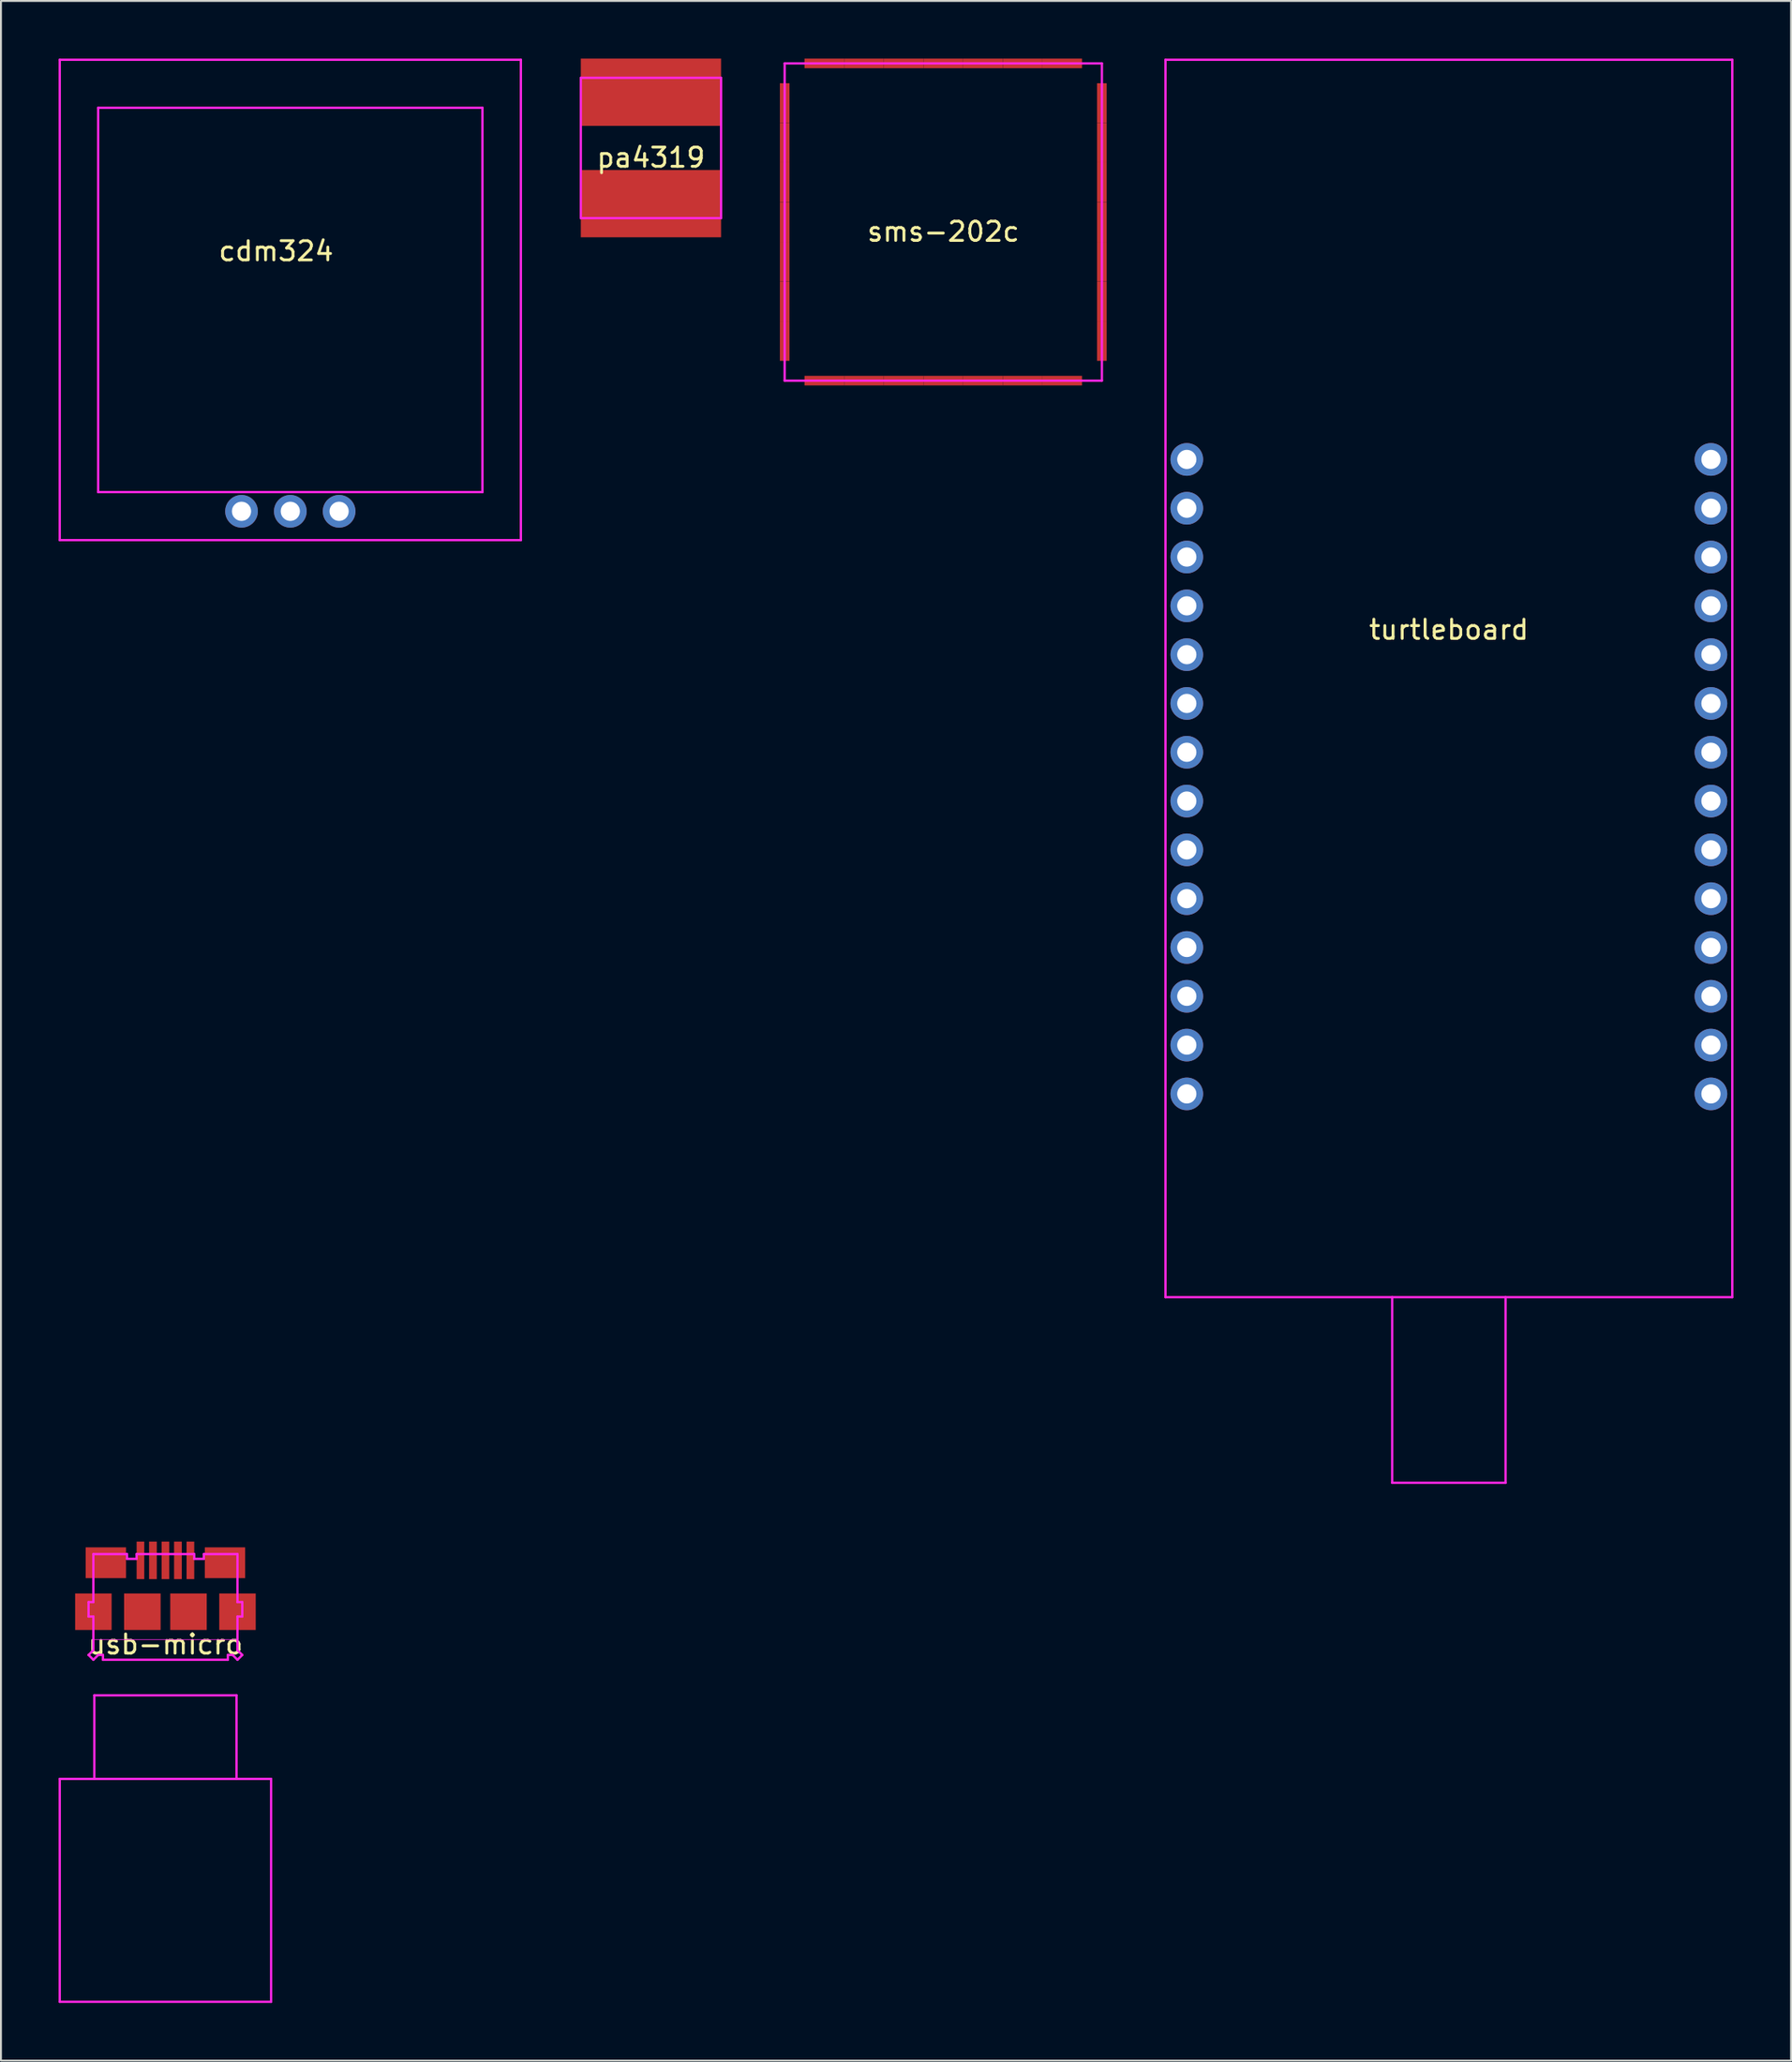
<source format=kicad_pcb>
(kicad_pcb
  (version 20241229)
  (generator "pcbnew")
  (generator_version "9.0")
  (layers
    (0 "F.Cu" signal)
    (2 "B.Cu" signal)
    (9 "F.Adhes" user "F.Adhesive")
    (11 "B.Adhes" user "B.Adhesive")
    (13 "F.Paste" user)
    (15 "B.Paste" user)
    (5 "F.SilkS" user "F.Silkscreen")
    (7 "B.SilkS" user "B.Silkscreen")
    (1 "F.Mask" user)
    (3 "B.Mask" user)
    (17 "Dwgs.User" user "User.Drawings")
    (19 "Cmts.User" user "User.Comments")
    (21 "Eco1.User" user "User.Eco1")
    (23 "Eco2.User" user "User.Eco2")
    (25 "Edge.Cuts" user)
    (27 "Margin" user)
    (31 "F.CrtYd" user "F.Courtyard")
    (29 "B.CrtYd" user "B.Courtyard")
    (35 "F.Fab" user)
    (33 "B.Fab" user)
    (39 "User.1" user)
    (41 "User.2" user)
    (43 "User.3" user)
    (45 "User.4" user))
  (footprint "usb-micro"
    (layer "F.Cu")
    (at 5.56 80.83)
    (property "Reference" "usb-micro" (at 0 1.7 0) (layer "F.SilkS") (effects (font (size 1 1) (thickness 0.15))))
    (attr through_hole)
    (fp_line (start -5.5 8.7) (end 5.5 8.7) (stroke (width 0.12) (type solid)) (layer "F.CrtYd"))
    (fp_line (start -5.5 20.3) (end -5.5 8.7) (stroke (width 0.12) (type solid)) (layer "F.CrtYd"))
    (fp_line (start -4 -0.5) (end -3.75 -0.5) (stroke (width 0.12) (type solid)) (layer "F.CrtYd"))
    (fp_line (start -4 0.25) (end -4 -0.5) (stroke (width 0.12) (type solid)) (layer "F.CrtYd"))
    (fp_line (start -4 2.25) (end -3.75 2) (stroke (width 0.12) (type solid)) (layer "F.CrtYd"))
    (fp_line (start -3.75 -3) (end -2 -3) (stroke (width 0.12) (type solid)) (layer "F.CrtYd"))
    (fp_line (start -3.75 -0.5) (end -3.75 -3) (stroke (width 0.12) (type solid)) (layer "F.CrtYd"))
    (fp_line (start -3.75 0.25) (end -4 0.25) (stroke (width 0.12) (type solid)) (layer "F.CrtYd"))
    (fp_line (start -3.75 1.45) (end 3.75 1.45) (stroke (width 0.03) (type solid)) (layer "F.CrtYd"))
    (fp_line (start -3.75 2) (end -3.75 0.25) (stroke (width 0.12) (type solid)) (layer "F.CrtYd"))
    (fp_line (start -3.75 2.5) (end -4 2.25) (stroke (width 0.12) (type solid)) (layer "F.CrtYd"))
    (fp_line (start -3.7 4.35) (end 3.7 4.35) (stroke (width 0.12) (type solid)) (layer "F.CrtYd"))
    (fp_line (start -3.7 8.7) (end -3.7 4.35) (stroke (width 0.12) (type solid)) (layer "F.CrtYd"))
    (fp_line (start -3.5 2.25) (end -3.75 2.5) (stroke (width 0.12) (type solid)) (layer "F.CrtYd"))
    (fp_line (start -3.25 2.25) (end -3.5 2.25) (stroke (width 0.12) (type solid)) (layer "F.CrtYd"))
    (fp_line (start -3.25 2.5) (end -3.25 2.25) (stroke (width 0.12) (type solid)) (layer "F.CrtYd"))
    (fp_line (start -2 -3) (end -2 -2.75) (stroke (width 0.12) (type solid)) (layer "F.CrtYd"))
    (fp_line (start -2 -2.75) (end -1.5 -2.75) (stroke (width 0.12) (type solid)) (layer "F.CrtYd"))
    (fp_line (start -1.5 -3) (end 1.5 -3) (stroke (width 0.12) (type solid)) (layer "F.CrtYd"))
    (fp_line (start -1.5 -2.75) (end -1.5 -3) (stroke (width 0.12) (type solid)) (layer "F.CrtYd"))
    (fp_line (start 1.5 -3) (end 1.5 -2.75) (stroke (width 0.12) (type solid)) (layer "F.CrtYd"))
    (fp_line (start 1.5 -2.75) (end 2 -2.75) (stroke (width 0.12) (type solid)) (layer "F.CrtYd"))
    (fp_line (start 2 -3) (end 3.75 -3) (stroke (width 0.12) (type solid)) (layer "F.CrtYd"))
    (fp_line (start 2 -2.75) (end 2 -3) (stroke (width 0.12) (type solid)) (layer "F.CrtYd"))
    (fp_line (start 3.25 2.25) (end 3.25 2.5) (stroke (width 0.12) (type solid)) (layer "F.CrtYd"))
    (fp_line (start 3.25 2.5) (end -3.25 2.5) (stroke (width 0.12) (type solid)) (layer "F.CrtYd"))
    (fp_line (start 3.5 2.25) (end 3.25 2.25) (stroke (width 0.12) (type solid)) (layer "F.CrtYd"))
    (fp_line (start 3.7 4.35) (end 3.7 8.7) (stroke (width 0.12) (type solid)) (layer "F.CrtYd"))
    (fp_line (start 3.75 -3) (end 3.75 -0.5) (stroke (width 0.12) (type solid)) (layer "F.CrtYd"))
    (fp_line (start 3.75 -0.5) (end 4 -0.5) (stroke (width 0.12) (type solid)) (layer "F.CrtYd"))
    (fp_line (start 3.75 2) (end 3.75 0.25) (stroke (width 0.12) (type solid)) (layer "F.CrtYd"))
    (fp_line (start 3.75 2) (end 4 2.25) (stroke (width 0.12) (type solid)) (layer "F.CrtYd"))
    (fp_line (start 3.75 2.5) (end 3.5 2.25) (stroke (width 0.12) (type solid)) (layer "F.CrtYd"))
    (fp_line (start 4 -0.5) (end 4 0.25) (stroke (width 0.12) (type solid)) (layer "F.CrtYd"))
    (fp_line (start 4 0.25) (end 3.75 0.25) (stroke (width 0.12) (type solid)) (layer "F.CrtYd"))
    (fp_line (start 4 2.25) (end 3.75 2.5) (stroke (width 0.12) (type solid)) (layer "F.CrtYd"))
    (fp_line (start 5.5 8.7) (end 5.5 20.3) (stroke (width 0.12) (type solid)) (layer "F.CrtYd"))
    (fp_line (start 5.5 20.3) (end -5.5 20.3) (stroke (width 0.12) (type solid)) (layer "F.CrtYd"))
    (pad "1" smd rect (at -1.3 -2.675) (size 0.4 1.95) (layers "F.Cu" "F.Mask" "F.Paste"))
    (pad "2" smd rect (at -0.65 -2.675) (size 0.4 1.95) (layers "F.Cu" "F.Mask" "F.Paste"))
    (pad "3" smd rect (at 0 -2.675) (size 0.4 1.95) (layers "F.Cu" "F.Mask" "F.Paste"))
    (pad "4" smd rect (at 0.65 -2.675) (size 0.4 1.95) (layers "F.Cu" "F.Mask" "F.Paste"))
    (pad "5" smd rect (at 1.3 -2.675) (size 0.4 1.95) (layers "F.Cu" "F.Mask" "F.Paste"))
    (pad "6" smd rect (at -3.75 0) (size 1.9 1.9) (layers "F.Cu" "F.Mask" "F.Paste"))
    (pad "6" smd rect (at -3.1 -2.55) (size 2.1 1.6) (layers "F.Cu" "F.Mask" "F.Paste"))
    (pad "6" smd rect (at -1.2 0) (size 1.9 1.9) (layers "F.Cu" "F.Mask" "F.Paste"))
    (pad "6" smd rect (at 1.2 0) (size 1.9 1.9) (layers "F.Cu" "F.Mask" "F.Paste"))
    (pad "6" smd rect (at 3.1 -2.55) (size 2.1 1.6) (layers "F.Cu" "F.Mask" "F.Paste"))
    (pad "6" smd rect (at 3.75 0) (size 1.9 1.9) (layers "F.Cu" "F.Mask" "F.Paste")))
  (footprint "sms-202c"
    (layer "F.Cu")
    (at 46.045 8.505)
    (property "Reference" "sms-202c" (at 0 0.5 0) (layer "F.SilkS") (effects (font (size 1 1) (thickness 0.15))))
    (attr through_hole)
    (fp_line (start -8.255 -8.255) (end 8.255 -8.255) (stroke (width 0.12) (type solid)) (layer "F.CrtYd"))
    (fp_line (start -8.255 8.255) (end -8.255 -8.255) (stroke (width 0.12) (type solid)) (layer "F.CrtYd"))
    (fp_line (start 8.255 -8.255) (end 8.255 8.255) (stroke (width 0.12) (type solid)) (layer "F.CrtYd"))
    (fp_line (start 8.255 8.255) (end -8.255 8.255) (stroke (width 0.12) (type solid)) (layer "F.CrtYd"))
    (pad "1" smd rect (at -8.255 -6.191 90) (size 2.064 0.5) (layers "F.Cu" "F.Mask" "F.Paste"))
    (pad "1" smd rect (at -8.255 -4.128 270) (size 2.064 0.5) (layers "F.Cu" "F.Mask" "F.Paste"))
    (pad "1" smd rect (at -8.255 -2.064 270) (size 2.064 0.5) (layers "F.Cu" "F.Mask" "F.Paste"))
    (pad "1" smd rect (at -8.255 0 270) (size 2.064 0.5) (layers "F.Cu" "F.Mask" "F.Paste"))
    (pad "1" smd rect (at -8.255 2.064 270) (size 2.064 0.5) (layers "F.Cu" "F.Mask" "F.Paste"))
    (pad "1" smd rect (at -8.255 4.128 270) (size 2.064 0.5) (layers "F.Cu" "F.Mask" "F.Paste"))
    (pad "1" smd rect (at -8.255 6.191 90) (size 2.064 0.5) (layers "F.Cu" "F.Mask" "F.Paste"))
    (pad "1" smd rect (at -6.191 -8.255) (size 2.064 0.5) (layers "F.Cu" "F.Mask" "F.Paste"))
    (pad "1" smd rect (at -6.191 8.255 180) (size 2.064 0.5) (layers "F.Cu" "F.Mask" "F.Paste"))
    (pad "1" smd rect (at -4.128 -8.255 180) (size 2.064 0.5) (layers "F.Cu" "F.Mask" "F.Paste"))
    (pad "1" smd rect (at -4.128 8.255) (size 2.064 0.5) (layers "F.Cu" "F.Mask" "F.Paste"))
    (pad "1" smd rect (at -2.064 -8.255 180) (size 2.064 0.5) (layers "F.Cu" "F.Mask" "F.Paste"))
    (pad "1" smd rect (at -2.064 8.255) (size 2.064 0.5) (layers "F.Cu" "F.Mask" "F.Paste"))
    (pad "1" smd rect (at 0 -8.255 180) (size 2.064 0.5) (layers "F.Cu" "F.Mask" "F.Paste"))
    (pad "1" smd rect (at 0 8.255) (size 2.064 0.5) (layers "F.Cu" "F.Mask" "F.Paste"))
    (pad "1" smd rect (at 2.064 -8.255 180) (size 2.064 0.5) (layers "F.Cu" "F.Mask" "F.Paste"))
    (pad "1" smd rect (at 2.064 8.255) (size 2.064 0.5) (layers "F.Cu" "F.Mask" "F.Paste"))
    (pad "1" smd rect (at 4.128 -8.255 180) (size 2.064 0.5) (layers "F.Cu" "F.Mask" "F.Paste"))
    (pad "1" smd rect (at 4.128 8.255) (size 2.064 0.5) (layers "F.Cu" "F.Mask" "F.Paste"))
    (pad "1" smd rect (at 6.191 -8.255) (size 2.064 0.5) (layers "F.Cu" "F.Mask" "F.Paste"))
    (pad "1" smd rect (at 6.191 8.255 180) (size 2.064 0.5) (layers "F.Cu" "F.Mask" "F.Paste"))
    (pad "1" smd rect (at 8.255 -6.191 270) (size 2.064 0.5) (layers "F.Cu" "F.Mask" "F.Paste"))
    (pad "1" smd rect (at 8.255 -4.128 90) (size 2.064 0.5) (layers "F.Cu" "F.Mask" "F.Paste"))
    (pad "1" smd rect (at 8.255 -2.064 90) (size 2.064 0.5) (layers "F.Cu" "F.Mask" "F.Paste"))
    (pad "1" smd rect (at 8.255 0 90) (size 2.064 0.5) (layers "F.Cu" "F.Mask" "F.Paste"))
    (pad "1" smd rect (at 8.255 2.064 90) (size 2.064 0.5) (layers "F.Cu" "F.Mask" "F.Paste"))
    (pad "1" smd rect (at 8.255 4.128 90) (size 2.064 0.5) (layers "F.Cu" "F.Mask" "F.Paste"))
    (pad "1" smd rect (at 8.255 6.191 270) (size 2.064 0.5) (layers "F.Cu" "F.Mask" "F.Paste")))
  (footprint "cdm324"
    (layer "F.Cu")
    (at 12.06 12.56)
    (property "Reference" "cdm324" (at -0.74 -2.54 0) (layer "F.SilkS") (effects (font (size 1 1) (thickness 0.15))))
    (attr through_hole)
    (fp_line (start -12 -12.5) (end -12 12.5) (stroke (width 0.12) (type solid)) (layer "F.CrtYd"))
    (fp_line (start -12 12.5) (end 12 12.5) (stroke (width 0.12) (type solid)) (layer "F.CrtYd"))
    (fp_line (start -10 -10) (end -10 10) (stroke (width 0.12) (type solid)) (layer "F.CrtYd"))
    (fp_line (start -10 10) (end 10 10) (stroke (width 0.12) (type solid)) (layer "F.CrtYd"))
    (fp_line (start 10 -10) (end -10 -10) (stroke (width 0.12) (type solid)) (layer "F.CrtYd"))
    (fp_line (start 10 10) (end 10 -10) (stroke (width 0.12) (type solid)) (layer "F.CrtYd"))
    (fp_line (start 12 -12.5) (end -12 -12.5) (stroke (width 0.12) (type solid)) (layer "F.CrtYd"))
    (fp_line (start 12 12.5) (end 12 -12.5) (stroke (width 0.12) (type solid)) (layer "F.CrtYd"))
    (pad "1" thru_hole circle (at -2.54 11) (size 1.7 1.7) (drill 1) (layers "*.Cu" "*.Mask"))
    (pad "2" thru_hole circle (at 0 11) (size 1.7 1.7) (drill 1) (layers "*.Cu" "*.Mask"))
    (pad "3" thru_hole circle (at 2.54 11) (size 1.7 1.7) (drill 1) (layers "*.Cu" "*.Mask")))
  (footprint "pa4319"
    (layer "F.Cu")
    (at 30.83 4.65)
    (property "Reference" "pa4319" (at 0 0.5 0) (layer "F.SilkS") (effects (font (size 1 1) (thickness 0.15))))
    (attr through_hole)
    (fp_line (start -3.65 -3.65) (end -3.65 3.65) (stroke (width 0.12) (type solid)) (layer "F.CrtYd"))
    (fp_line (start -3.65 3.65) (end 3.65 3.65) (stroke (width 0.12) (type solid)) (layer "F.CrtYd"))
    (fp_line (start 3.65 -3.65) (end -3.65 -3.65) (stroke (width 0.12) (type solid)) (layer "F.CrtYd"))
    (fp_line (start 3.65 3.65) (end 3.65 -3.65) (stroke (width 0.12) (type solid)) (layer "F.CrtYd"))
    (pad "1" smd rect (at 0 -2.9) (size 7.3 3.5) (layers "F.Cu" "F.Mask" "F.Paste"))
    (pad "2" smd rect (at 0 2.9) (size 7.3 3.5) (layers "F.Cu" "F.Mask" "F.Paste")))
  (footprint "turtleboard"
    (layer "F.Cu")
    (at 72.36 32.26)
    (property "Reference" "turtleboard" (at 0 -2.54 0) (layer "F.SilkS") (effects (font (size 1 1) (thickness 0.15))))
    (attr through_hole)
    (fp_line (start -14.75 -32.2) (end -14.75 32.2) (stroke (width 0.12) (type solid)) (layer "F.CrtYd"))
    (fp_line (start -14.75 -32.2) (end 14.75 -32.2) (stroke (width 0.12) (type solid)) (layer "F.CrtYd"))
    (fp_line (start -14.75 32.2) (end 14.75 32.2) (stroke (width 0.12) (type solid)) (layer "F.CrtYd"))
    (fp_line (start -2.95 32.2) (end -2.95 41.86) (stroke (width 0.12) (type solid)) (layer "F.CrtYd"))
    (fp_line (start -2.95 41.86) (end 2.95 41.86) (stroke (width 0.12) (type solid)) (layer "F.CrtYd"))
    (fp_line (start 2.95 41.86) (end 2.95 32.2) (stroke (width 0.12) (type solid)) (layer "F.CrtYd"))
    (fp_line (start 14.75 32.2) (end 14.75 -32.2) (stroke (width 0.12) (type solid)) (layer "F.CrtYd"))
    (pad "L1" thru_hole circle (at -13.64 -11.4) (size 1.7 1.7) (drill 1) (layers "*.Cu" "*.Mask"))
    (pad "L2" thru_hole circle (at -13.64 -8.86) (size 1.7 1.7) (drill 1) (layers "*.Cu" "*.Mask"))
    (pad "L3" thru_hole circle (at -13.64 -6.32) (size 1.7 1.7) (drill 1) (layers "*.Cu" "*.Mask"))
    (pad "L4" thru_hole circle (at -13.64 -3.78) (size 1.7 1.7) (drill 1) (layers "*.Cu" "*.Mask"))
    (pad "L5" thru_hole circle (at -13.64 -1.24) (size 1.7 1.7) (drill 1) (layers "*.Cu" "*.Mask"))
    (pad "L6" thru_hole circle (at -13.64 1.3) (size 1.7 1.7) (drill 1) (layers "*.Cu" "*.Mask"))
    (pad "L7" thru_hole circle (at -13.64 3.84) (size 1.7 1.7) (drill 1) (layers "*.Cu" "*.Mask"))
    (pad "L8" thru_hole circle (at -13.64 6.38) (size 1.7 1.7) (drill 1) (layers "*.Cu" "*.Mask"))
    (pad "L9" thru_hole circle (at -13.64 8.92) (size 1.7 1.7) (drill 1) (layers "*.Cu" "*.Mask"))
    (pad "L10" thru_hole circle (at -13.64 11.46) (size 1.7 1.7) (drill 1) (layers "*.Cu" "*.Mask"))
    (pad "L11" thru_hole circle (at -13.64 14) (size 1.7 1.7) (drill 1) (layers "*.Cu" "*.Mask"))
    (pad "L12" thru_hole circle (at -13.64 16.54) (size 1.7 1.7) (drill 1) (layers "*.Cu" "*.Mask"))
    (pad "L13" thru_hole circle (at -13.64 19.08) (size 1.7 1.7) (drill 1) (layers "*.Cu" "*.Mask"))
    (pad "L14" thru_hole circle (at -13.64 21.62) (size 1.7 1.7) (drill 1) (layers "*.Cu" "*.Mask"))
    (pad "R1" thru_hole circle (at 13.64 -11.4) (size 1.7 1.7) (drill 1) (layers "*.Cu" "*.Mask"))
    (pad "R2" thru_hole circle (at 13.64 -8.86) (size 1.7 1.7) (drill 1) (layers "*.Cu" "*.Mask"))
    (pad "R3" thru_hole circle (at 13.64 -6.32) (size 1.7 1.7) (drill 1) (layers "*.Cu" "*.Mask"))
    (pad "R4" thru_hole circle (at 13.64 -3.78) (size 1.7 1.7) (drill 1) (layers "*.Cu" "*.Mask"))
    (pad "R5" thru_hole circle (at 13.64 -1.24) (size 1.7 1.7) (drill 1) (layers "*.Cu" "*.Mask"))
    (pad "R6" thru_hole circle (at 13.64 1.3) (size 1.7 1.7) (drill 1) (layers "*.Cu" "*.Mask"))
    (pad "R7" thru_hole circle (at 13.64 3.84) (size 1.7 1.7) (drill 1) (layers "*.Cu" "*.Mask"))
    (pad "R8" thru_hole circle (at 13.64 6.38) (size 1.7 1.7) (drill 1) (layers "*.Cu" "*.Mask"))
    (pad "R9" thru_hole circle (at 13.64 8.92) (size 1.7 1.7) (drill 1) (layers "*.Cu" "*.Mask"))
    (pad "R10" thru_hole circle (at 13.64 11.46) (size 1.7 1.7) (drill 1) (layers "*.Cu" "*.Mask"))
    (pad "R11" thru_hole circle (at 13.64 14) (size 1.7 1.7) (drill 1) (layers "*.Cu" "*.Mask"))
    (pad "R12" thru_hole circle (at 13.64 16.54) (size 1.7 1.7) (drill 1) (layers "*.Cu" "*.Mask"))
    (pad "R13" thru_hole circle (at 13.64 19.08) (size 1.7 1.7) (drill 1) (layers "*.Cu" "*.Mask"))
    (pad "R14" thru_hole circle (at 13.64 21.62) (size 1.7 1.7) (drill 1) (layers "*.Cu" "*.Mask")))
  (gr_rect
    (start -3 -3)
    (end 90.17 104.19)
    (stroke (width 0.1) (type default))
    (fill no)
    (layer "Edge.Cuts")))
</source>
